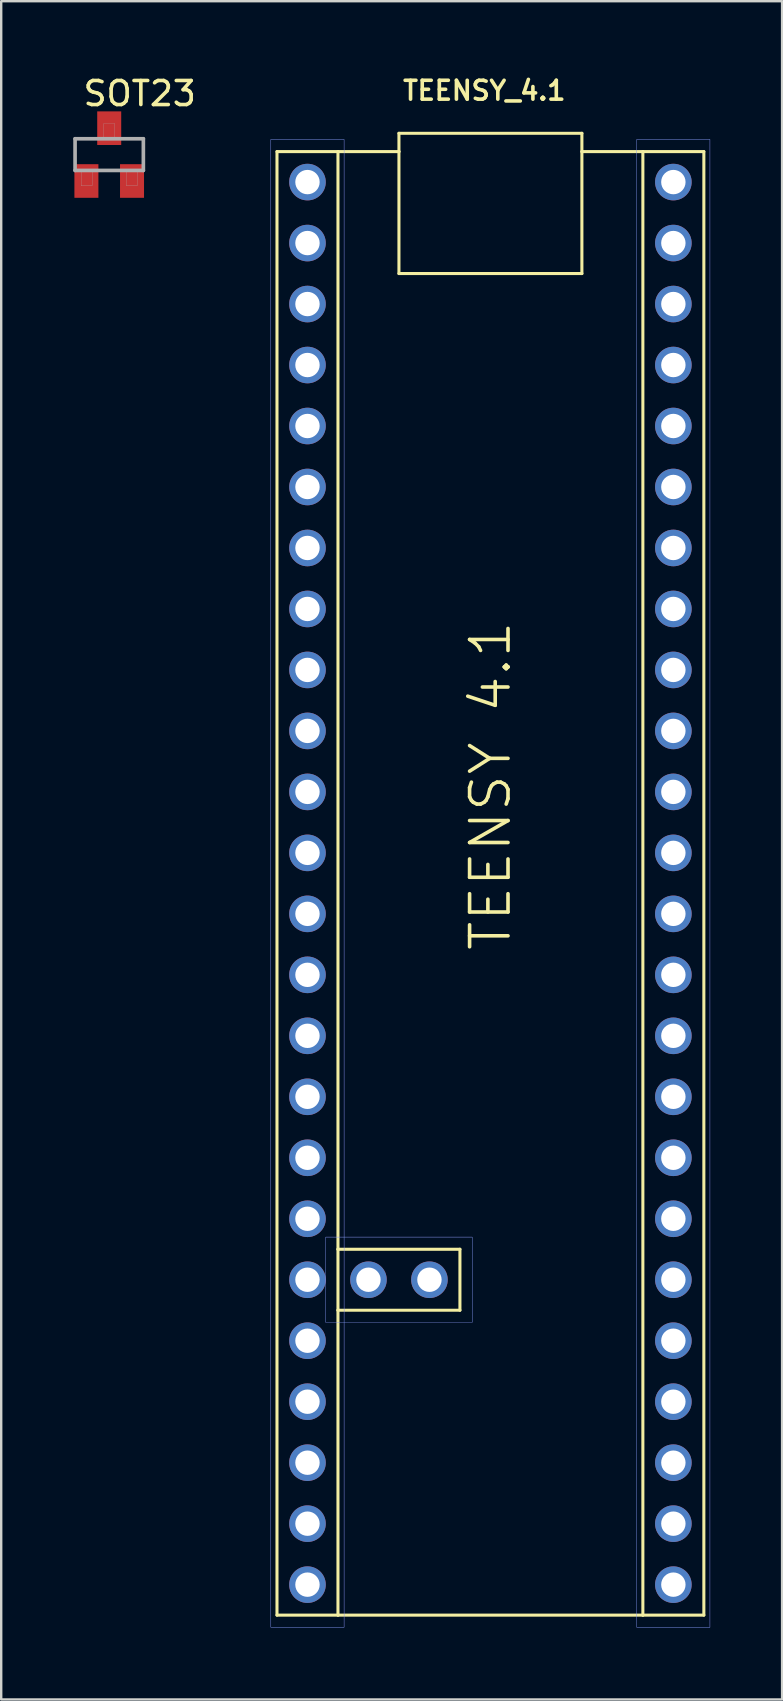
<source format=kicad_pcb>
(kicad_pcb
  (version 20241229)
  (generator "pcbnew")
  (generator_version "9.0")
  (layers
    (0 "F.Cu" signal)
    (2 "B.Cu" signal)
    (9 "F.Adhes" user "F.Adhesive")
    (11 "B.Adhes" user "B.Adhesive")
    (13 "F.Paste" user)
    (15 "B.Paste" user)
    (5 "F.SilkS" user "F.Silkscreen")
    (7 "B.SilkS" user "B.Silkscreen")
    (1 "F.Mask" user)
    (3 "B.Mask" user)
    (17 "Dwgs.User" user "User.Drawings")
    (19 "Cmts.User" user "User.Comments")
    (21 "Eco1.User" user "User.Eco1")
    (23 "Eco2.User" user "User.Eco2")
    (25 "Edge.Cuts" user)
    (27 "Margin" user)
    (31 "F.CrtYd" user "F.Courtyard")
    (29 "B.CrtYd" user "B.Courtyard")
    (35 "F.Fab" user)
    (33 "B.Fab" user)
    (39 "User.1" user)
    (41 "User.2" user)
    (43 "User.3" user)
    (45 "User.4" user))
  (footprint "TEENSY_4.1"
    (layer "F.Cu")
    (at 8.487 3.01)
    (property "Reference" "TEENSY_4.1" (at 8.636 -2.286 180) (layer "F.SilkS") (effects (font (size 0.787 0.787) (thickness 0.15))))
    (attr through_hole)
    (fp_line (start 0 0.254) (end 2.54 0.254) (stroke (width 0.127) (type solid)) (layer "F.SilkS"))
    (fp_line (start 0 61.214) (end 0 0.254) (stroke (width 0.127) (type solid)) (layer "F.SilkS"))
    (fp_line (start 0 61.214) (end 2.54 61.214) (stroke (width 0.127) (type solid)) (layer "F.SilkS"))
    (fp_line (start 2.54 0.254) (end 5.08 0.254) (stroke (width 0.127) (type solid)) (layer "F.SilkS"))
    (fp_line (start 2.54 45.974) (end 2.54 0.254) (stroke (width 0.127) (type solid)) (layer "F.SilkS"))
    (fp_line (start 2.54 48.514) (end 2.54 45.974) (stroke (width 0.127) (type solid)) (layer "F.SilkS"))
    (fp_line (start 2.54 48.514) (end 7.62 48.514) (stroke (width 0.127) (type solid)) (layer "F.SilkS"))
    (fp_line (start 2.54 61.214) (end 2.54 48.514) (stroke (width 0.127) (type solid)) (layer "F.SilkS"))
    (fp_line (start 5.08 -0.508) (end 12.7 -0.508) (stroke (width 0.127) (type solid)) (layer "F.SilkS"))
    (fp_line (start 5.08 0.254) (end 5.08 -0.508) (stroke (width 0.127) (type solid)) (layer "F.SilkS"))
    (fp_line (start 5.08 0.254) (end 5.08 5.334) (stroke (width 0.127) (type solid)) (layer "F.SilkS"))
    (fp_line (start 5.08 5.334) (end 12.7 5.334) (stroke (width 0.127) (type solid)) (layer "F.SilkS"))
    (fp_line (start 7.62 45.974) (end 2.54 45.974) (stroke (width 0.127) (type solid)) (layer "F.SilkS"))
    (fp_line (start 7.62 48.514) (end 7.62 45.974) (stroke (width 0.127) (type solid)) (layer "F.SilkS"))
    (fp_line (start 12.7 -0.508) (end 12.7 0.254) (stroke (width 0.127) (type solid)) (layer "F.SilkS"))
    (fp_line (start 12.7 0.254) (end 15.24 0.254) (stroke (width 0.127) (type solid)) (layer "F.SilkS"))
    (fp_line (start 12.7 5.334) (end 12.7 0.254) (stroke (width 0.127) (type solid)) (layer "F.SilkS"))
    (fp_line (start 15.24 0.254) (end 15.24 61.214) (stroke (width 0.127) (type solid)) (layer "F.SilkS"))
    (fp_line (start 15.24 61.214) (end 2.54 61.214) (stroke (width 0.127) (type solid)) (layer "F.SilkS"))
    (fp_line (start 17.78 0.254) (end 15.24 0.254) (stroke (width 0.127) (type solid)) (layer "F.SilkS"))
    (fp_line (start 17.78 0.254) (end 17.78 61.214) (stroke (width 0.127) (type solid)) (layer "F.SilkS"))
    (fp_line (start 17.78 61.214) (end 15.24 61.214) (stroke (width 0.127) (type solid)) (layer "F.SilkS"))
    (fp_rect (start -0.254 -0.254) (end 2.794 61.722) (stroke (width 0.01) (type solid)) (fill no) (layer "B.CrtYd"))
    (fp_rect (start 2.032 45.466) (end 8.128 49.022) (stroke (width 0.01) (type solid)) (fill no) (layer "B.CrtYd"))
    (fp_rect (start 14.986 -0.254) (end 18.034 61.722) (stroke (width 0.01) (type solid)) (fill no) (layer "B.CrtYd"))
    (fp_rect (start -0.254 -0.254) (end 2.794 61.722) (stroke (width 0.01) (type solid)) (fill no) (layer "F.CrtYd"))
    (fp_rect (start 2.032 45.466) (end 8.128 49.022) (stroke (width 0.01) (type solid)) (fill no) (layer "F.CrtYd"))
    (fp_rect (start 14.986 -0.254) (end 18.034 61.722) (stroke (width 0.01) (type solid)) (fill no) (layer "F.CrtYd"))
    (fp_text user "TEENSY 4.1" (at 8.89 26.67 270) (layer "F.SilkS") (effects (font (size 1.6 1.6) (thickness 0.15))))
    (pad "0" thru_hole circle (at 1.27 4.064 180) (size 1.524 1.524) (drill 1.016) (layers "*.Cu" "*.Mask"))
    (pad "1" thru_hole circle (at 1.27 6.604 180) (size 1.524 1.524) (drill 1.016) (layers "*.Cu" "*.Mask"))
    (pad "2" thru_hole circle (at 1.27 9.144 180) (size 1.524 1.524) (drill 1.016) (layers "*.Cu" "*.Mask"))
    (pad "3" thru_hole circle (at 1.27 11.684 180) (size 1.524 1.524) (drill 1.016) (layers "*.Cu" "*.Mask"))
    (pad "3V" thru_hole circle (at 1.27 37.084 180) (size 1.524 1.524) (drill 1.016) (layers "*.Cu" "*.Mask"))
    (pad "3V" thru_hole circle (at 6.35 47.244 180) (size 1.524 1.524) (drill 1.016) (layers "*.Cu" "*.Mask"))
    (pad "3V" thru_hole circle (at 16.51 6.604 180) (size 1.524 1.524) (drill 1.016) (layers "*.Cu" "*.Mask"))
    (pad "4" thru_hole circle (at 1.27 14.224 180) (size 1.524 1.524) (drill 1.016) (layers "*.Cu" "*.Mask"))
    (pad "5" thru_hole circle (at 1.27 16.764 180) (size 1.524 1.524) (drill 1.016) (layers "*.Cu" "*.Mask"))
    (pad "5V" thru_hole circle (at 16.51 1.524 180) (size 1.524 1.524) (drill 1.016) (layers "*.Cu" "*.Mask"))
    (pad "6" thru_hole circle (at 1.27 19.304 180) (size 1.524 1.524) (drill 1.016) (layers "*.Cu" "*.Mask"))
    (pad "7" thru_hole circle (at 1.27 21.844 180) (size 1.524 1.524) (drill 1.016) (layers "*.Cu" "*.Mask"))
    (pad "8" thru_hole circle (at 1.27 24.384 180) (size 1.524 1.524) (drill 1.016) (layers "*.Cu" "*.Mask"))
    (pad "9" thru_hole circle (at 1.27 26.924 180) (size 1.524 1.524) (drill 1.016) (layers "*.Cu" "*.Mask"))
    (pad "10" thru_hole circle (at 1.27 29.464 180) (size 1.524 1.524) (drill 1.016) (layers "*.Cu" "*.Mask"))
    (pad "11" thru_hole circle (at 1.27 32.004 180) (size 1.524 1.524) (drill 1.016) (layers "*.Cu" "*.Mask"))
    (pad "12" thru_hole circle (at 1.27 34.544 180) (size 1.524 1.524) (drill 1.016) (layers "*.Cu" "*.Mask"))
    (pad "13" thru_hole circle (at 16.51 34.544 180) (size 1.524 1.524) (drill 1.016) (layers "*.Cu" "*.Mask"))
    (pad "14" thru_hole circle (at 16.51 32.004 180) (size 1.524 1.524) (drill 1.016) (layers "*.Cu" "*.Mask"))
    (pad "15" thru_hole circle (at 16.51 29.464 180) (size 1.524 1.524) (drill 1.016) (layers "*.Cu" "*.Mask"))
    (pad "16" thru_hole circle (at 16.51 26.924 180) (size 1.524 1.524) (drill 1.016) (layers "*.Cu" "*.Mask"))
    (pad "17" thru_hole circle (at 16.51 24.384 180) (size 1.524 1.524) (drill 1.016) (layers "*.Cu" "*.Mask"))
    (pad "18" thru_hole circle (at 16.51 21.844 180) (size 1.524 1.524) (drill 1.016) (layers "*.Cu" "*.Mask"))
    (pad "19" thru_hole circle (at 16.51 19.304 180) (size 1.524 1.524) (drill 1.016) (layers "*.Cu" "*.Mask"))
    (pad "20" thru_hole circle (at 16.51 16.764 180) (size 1.524 1.524) (drill 1.016) (layers "*.Cu" "*.Mask"))
    (pad "21" thru_hole circle (at 16.51 14.224 180) (size 1.524 1.524) (drill 1.016) (layers "*.Cu" "*.Mask"))
    (pad "22" thru_hole circle (at 16.51 11.684 180) (size 1.524 1.524) (drill 1.016) (layers "*.Cu" "*.Mask"))
    (pad "23" thru_hole circle (at 16.51 9.144 180) (size 1.524 1.524) (drill 1.016) (layers "*.Cu" "*.Mask"))
    (pad "24" thru_hole circle (at 1.27 39.624 180) (size 1.524 1.524) (drill 1.016) (layers "*.Cu" "*.Mask"))
    (pad "25" thru_hole circle (at 1.27 42.164 180) (size 1.524 1.524) (drill 1.016) (layers "*.Cu" "*.Mask"))
    (pad "26" thru_hole circle (at 1.27 44.704 180) (size 1.524 1.524) (drill 1.016) (layers "*.Cu" "*.Mask"))
    (pad "27" thru_hole circle (at 1.27 47.244 180) (size 1.524 1.524) (drill 1.016) (layers "*.Cu" "*.Mask"))
    (pad "28" thru_hole circle (at 1.27 49.784 180) (size 1.524 1.524) (drill 1.016) (layers "*.Cu" "*.Mask"))
    (pad "29" thru_hole circle (at 1.27 52.324 180) (size 1.524 1.524) (drill 1.016) (layers "*.Cu" "*.Mask"))
    (pad "30" thru_hole circle (at 1.27 54.864 180) (size 1.524 1.524) (drill 1.016) (layers "*.Cu" "*.Mask"))
    (pad "31" thru_hole circle (at 1.27 57.404 180) (size 1.524 1.524) (drill 1.016) (layers "*.Cu" "*.Mask"))
    (pad "32" thru_hole circle (at 1.27 59.944 180) (size 1.524 1.524) (drill 1.016) (layers "*.Cu" "*.Mask"))
    (pad "33" thru_hole circle (at 16.51 59.944 180) (size 1.524 1.524) (drill 1.016) (layers "*.Cu" "*.Mask"))
    (pad "34" thru_hole circle (at 16.51 57.404 180) (size 1.524 1.524) (drill 1.016) (layers "*.Cu" "*.Mask"))
    (pad "35" thru_hole circle (at 16.51 54.864 180) (size 1.524 1.524) (drill 1.016) (layers "*.Cu" "*.Mask"))
    (pad "36" thru_hole circle (at 16.51 52.324 180) (size 1.524 1.524) (drill 1.016) (layers "*.Cu" "*.Mask"))
    (pad "37" thru_hole circle (at 16.51 49.784 180) (size 1.524 1.524) (drill 1.016) (layers "*.Cu" "*.Mask"))
    (pad "38" thru_hole circle (at 16.51 47.244 180) (size 1.524 1.524) (drill 1.016) (layers "*.Cu" "*.Mask"))
    (pad "39" thru_hole circle (at 16.51 44.704 180) (size 1.524 1.524) (drill 1.016) (layers "*.Cu" "*.Mask"))
    (pad "40" thru_hole circle (at 16.51 42.164 180) (size 1.524 1.524) (drill 1.016) (layers "*.Cu" "*.Mask"))
    (pad "41" thru_hole circle (at 16.51 39.624 180) (size 1.524 1.524) (drill 1.016) (layers "*.Cu" "*.Mask"))
    (pad "G" thru_hole circle (at 1.27 1.524 180) (size 1.524 1.524) (drill 1.016) (layers "*.Cu" "*.Mask"))
    (pad "G" thru_hole circle (at 16.51 4.064 180) (size 1.524 1.524) (drill 1.016) (layers "*.Cu" "*.Mask"))
    (pad "G" thru_hole circle (at 16.51 37.084 180) (size 1.524 1.524) (drill 1.016) (layers "*.Cu" "*.Mask"))
    (pad "VBAT" thru_hole circle (at 3.81 47.244 180) (size 1.524 1.524) (drill 1.016) (layers "*.Cu" "*.Mask")))
  (footprint "SOT23"
    (layer "F.Cu")
    (at 1.499 3.389)
    (property "Reference" "SOT23" (at 1.27 -2.541 0) (layer "F.SilkS") (effects (font (size 1 1) (thickness 0.15))))
    (attr smd)
    (fp_line (start -1.422 -0.66) (end 1.422 -0.66) (stroke (width 0.152) (type solid)) (layer "F.Fab"))
    (fp_line (start -1.422 0.66) (end -1.422 -0.66) (stroke (width 0.152) (type solid)) (layer "F.Fab"))
    (fp_line (start 1.422 -0.66) (end 1.422 0.66) (stroke (width 0.152) (type solid)) (layer "F.Fab"))
    (fp_line (start 1.422 0.66) (end -1.422 0.66) (stroke (width 0.152) (type solid)) (layer "F.Fab"))
    (fp_poly (pts (xy -1.17 0.711) (xy -0.711 0.711) (xy -0.711 1.297) (xy -1.17 1.297)) (stroke (width 0.01) (type solid)) (fill no) (layer "F.Fab"))
    (fp_poly (pts (xy -0.229 -1.295) (xy 0.229 -1.295) (xy 0.229 -0.711) (xy -0.229 -0.711)) (stroke (width 0.01) (type solid)) (fill no) (layer "F.Fab"))
    (fp_poly (pts (xy 0.712 0.711) (xy 1.168 0.711) (xy 1.168 1.297) (xy 0.712 1.297)) (stroke (width 0.01) (type solid)) (fill no) (layer "F.Fab"))
    (pad "1" smd rect (at -0.95 1.1) (size 1 1.4) (layers "F.Cu" "F.Mask" "F.Paste"))
    (pad "2" smd rect (at 0.95 1.1) (size 1 1.4) (layers "F.Cu" "F.Mask" "F.Paste"))
    (pad "3" smd rect (at 0 -1.1) (size 1 1.4) (layers "F.Cu" "F.Mask" "F.Paste")))
  (gr_rect
    (start -3 -3)
    (end 29.526 67.737)
    (stroke (width 0.1) (type default))
    (fill no)
    (layer "Edge.Cuts")))
</source>
